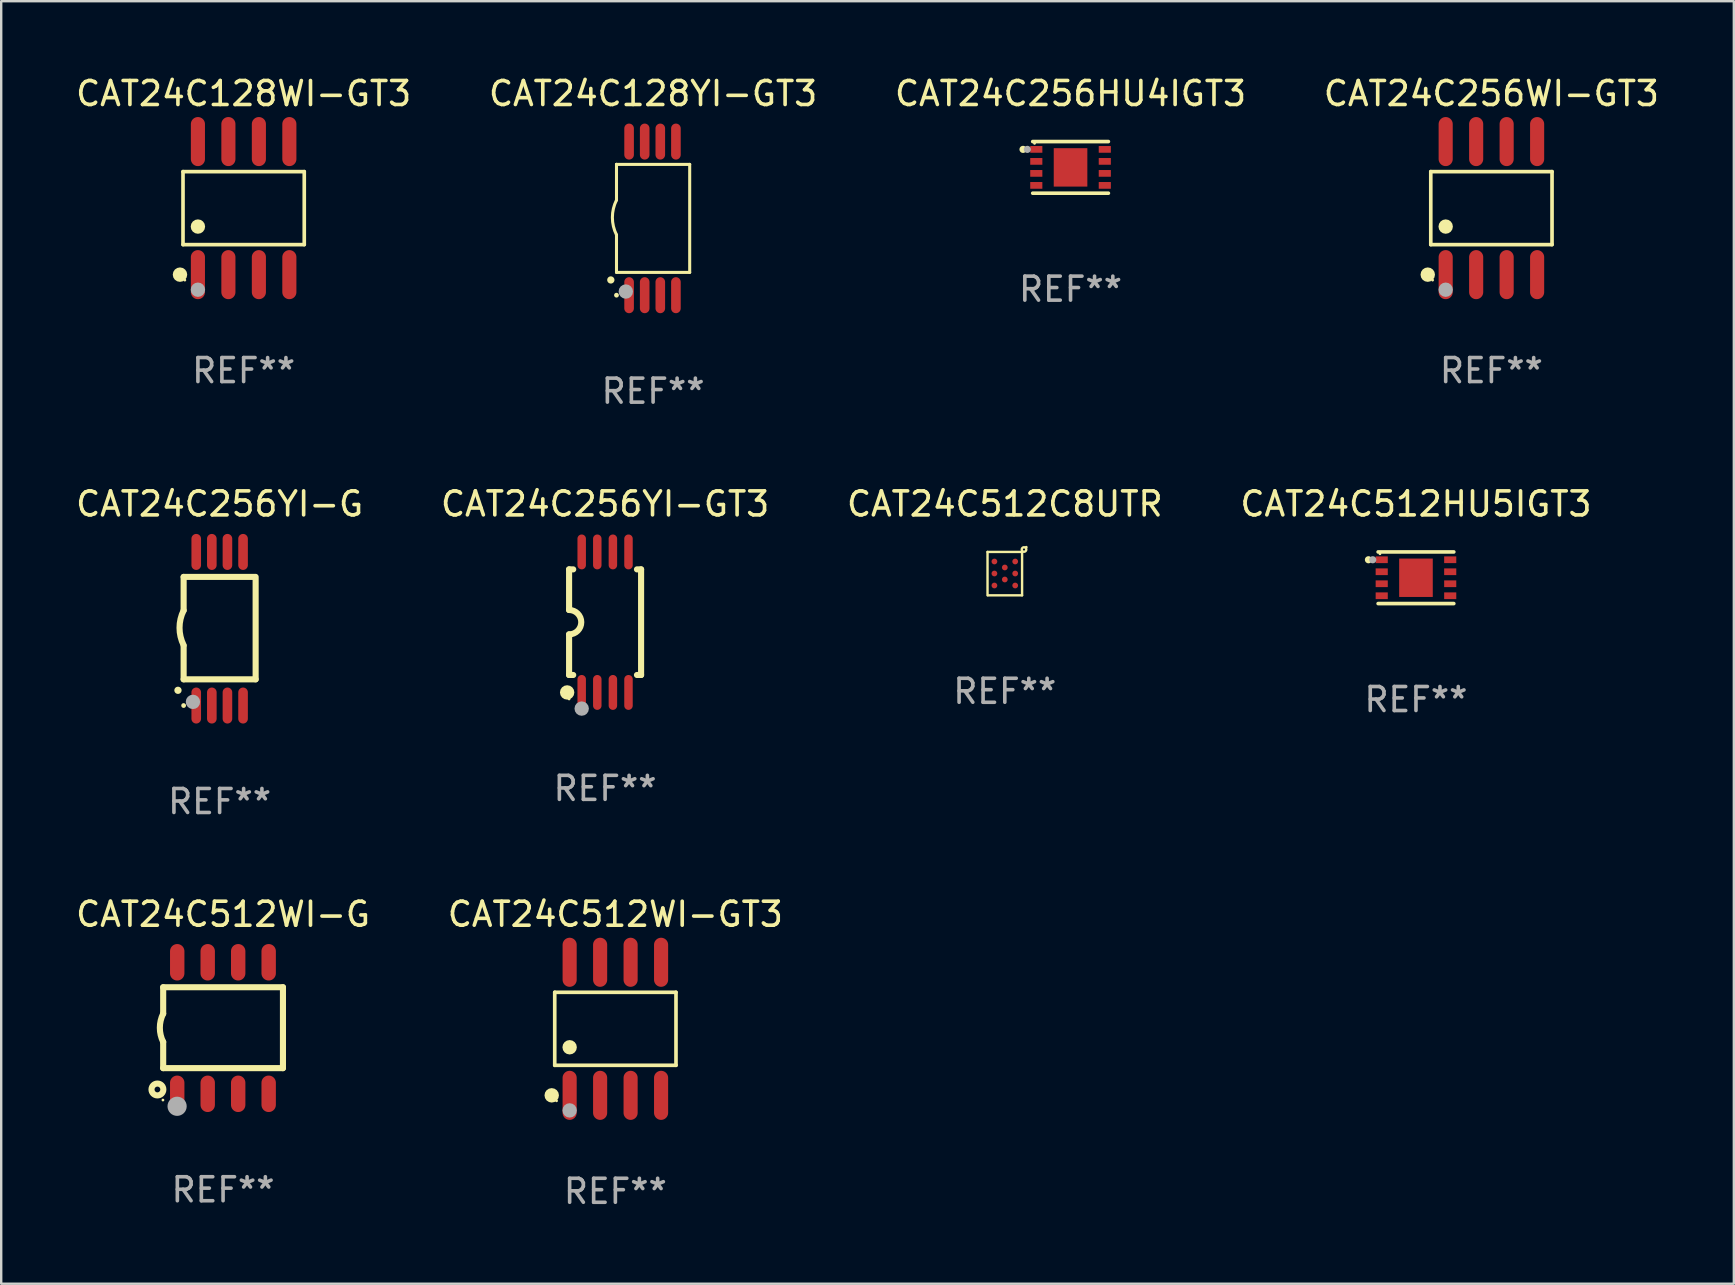
<source format=kicad_pcb>
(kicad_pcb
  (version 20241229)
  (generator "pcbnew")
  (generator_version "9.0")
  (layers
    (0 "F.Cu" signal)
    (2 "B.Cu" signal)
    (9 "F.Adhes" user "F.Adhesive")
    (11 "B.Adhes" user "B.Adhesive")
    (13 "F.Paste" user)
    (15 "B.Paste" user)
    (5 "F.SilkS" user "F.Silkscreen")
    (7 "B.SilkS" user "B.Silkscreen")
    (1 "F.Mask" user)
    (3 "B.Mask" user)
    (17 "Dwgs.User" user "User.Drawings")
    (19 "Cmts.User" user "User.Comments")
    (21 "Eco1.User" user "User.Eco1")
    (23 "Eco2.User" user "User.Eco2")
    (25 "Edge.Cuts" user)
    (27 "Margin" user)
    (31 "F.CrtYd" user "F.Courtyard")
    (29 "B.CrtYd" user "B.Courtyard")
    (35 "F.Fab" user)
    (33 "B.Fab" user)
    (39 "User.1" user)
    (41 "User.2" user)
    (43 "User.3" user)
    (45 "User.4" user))
  (footprint "CAT24C256YI-GT3"
    (layer "F.Cu")
    (at 22.161 22.873)
    (property "Reference" "CAT24C256YI-GT3" (at 0 -4.927 0) (layer "F.SilkS") (effects (font (size 1 1) (thickness 0.15))))
    (attr through_hole)
    (fp_line (start -1.5 -2.2) (end -1.5 -0.508) (stroke (width 0.254) (type solid)) (layer "F.SilkS"))
    (fp_line (start -1.5 -2.2) (end -1.328 -2.2) (stroke (width 0.254) (type solid)) (layer "F.SilkS"))
    (fp_line (start -1.5 2.2) (end -1.5 0.508) (stroke (width 0.254) (type solid)) (layer "F.SilkS"))
    (fp_line (start -1.5 2.2) (end -1.328 2.2) (stroke (width 0.254) (type solid)) (layer "F.SilkS"))
    (fp_line (start 1.328 -2.2) (end 1.5 -2.2) (stroke (width 0.254) (type solid)) (layer "F.SilkS"))
    (fp_line (start 1.328 2.2) (end 1.5 2.2) (stroke (width 0.254) (type solid)) (layer "F.SilkS"))
    (fp_line (start 1.5 -2.2) (end 1.5 2.2) (stroke (width 0.254) (type solid)) (layer "F.SilkS"))
    (fp_arc (start -1.501144 -0.508) (mid -0.993143 -0.000571) (end -1.5 0.508001) (stroke (width 0.254001) (type solid)) (layer "F.SilkS"))
    (fp_circle (center -1.581 2.927) (end -1.431 2.927) (stroke (width 0.3) (type solid)) (fill no) (layer "F.SilkS"))
    (fp_circle (center -1.5 3.2) (end -1.47 3.2) (stroke (width 0.06) (type solid)) (fill no) (layer "F.SilkS"))
    (fp_circle (center -0.975 3.6) (end -0.825 3.6) (stroke (width 0.3) (type solid)) (fill no) (layer "F.Fab"))
    (fp_text user "REF**" (at 0 6.927 0) (layer "F.Fab") (effects (font (size 1 1) (thickness 0.15))))
    (pad "1" smd oval (at -0.975 2.927) (size 0.353 1.454) (layers "F.Cu" "F.Mask" "F.Paste"))
    (pad "2" smd oval (at -0.325 2.927) (size 0.353 1.454) (layers "F.Cu" "F.Mask" "F.Paste"))
    (pad "3" smd oval (at 0.325 2.927) (size 0.353 1.454) (layers "F.Cu" "F.Mask" "F.Paste"))
    (pad "4" smd oval (at 0.975 2.927) (size 0.353 1.454) (layers "F.Cu" "F.Mask" "F.Paste"))
    (pad "5" smd oval (at 0.975 -2.927) (size 0.353 1.454) (layers "F.Cu" "F.Mask" "F.Paste"))
    (pad "6" smd oval (at 0.325 -2.927) (size 0.353 1.454) (layers "F.Cu" "F.Mask" "F.Paste"))
    (pad "7" smd oval (at -0.325 -2.927) (size 0.353 1.454) (layers "F.Cu" "F.Mask" "F.Paste"))
    (pad "8" smd oval (at -0.975 -2.927) (size 0.353 1.454) (layers "F.Cu" "F.Mask" "F.Paste")))
  (footprint "CAT24C512WI-GT3"
    (layer "F.Cu")
    (at 22.589 39.815)
    (property "Reference" "CAT24C512WI-GT3" (at 0 -4.772 0) (layer "F.SilkS") (effects (font (size 1 1) (thickness 0.15))))
    (attr through_hole)
    (fp_line (start -2.526 -1.521) (end 2.526 -1.521) (stroke (width 0.152) (type solid)) (layer "F.SilkS"))
    (fp_line (start -2.526 1.521) (end -2.526 -1.521) (stroke (width 0.152) (type solid)) (layer "F.SilkS"))
    (fp_line (start 2.526 -1.521) (end 2.526 1.521) (stroke (width 0.152) (type solid)) (layer "F.SilkS"))
    (fp_line (start 2.526 1.521) (end -2.526 1.521) (stroke (width 0.152) (type solid)) (layer "F.SilkS"))
    (fp_circle (center -2.652 2.772) (end -2.501 2.772) (stroke (width 0.3) (type solid)) (fill no) (layer "F.SilkS"))
    (fp_circle (center -2.45 3) (end -2.42 3) (stroke (width 0.06) (type solid)) (fill no) (layer "F.SilkS"))
    (fp_circle (center -1.905 0.769) (end -1.755 0.769) (stroke (width 0.3) (type solid)) (fill no) (layer "F.SilkS"))
    (fp_circle (center -1.905 3.4) (end -1.755 3.4) (stroke (width 0.3) (type solid)) (fill no) (layer "F.Fab"))
    (fp_text user "REF**" (at 0 6.772 0) (layer "F.Fab") (effects (font (size 1 1) (thickness 0.15))))
    (pad "1" smd oval (at -1.905 2.772) (size 0.588 2.045) (layers "F.Cu" "F.Mask" "F.Paste"))
    (pad "2" smd oval (at -0.635 2.772) (size 0.588 2.045) (layers "F.Cu" "F.Mask" "F.Paste"))
    (pad "3" smd oval (at 0.635 2.772) (size 0.588 2.045) (layers "F.Cu" "F.Mask" "F.Paste"))
    (pad "4" smd oval (at 1.905 2.772) (size 0.588 2.045) (layers "F.Cu" "F.Mask" "F.Paste"))
    (pad "5" smd oval (at 1.905 -2.772) (size 0.588 2.045) (layers "F.Cu" "F.Mask" "F.Paste"))
    (pad "6" smd oval (at 0.635 -2.772) (size 0.588 2.045) (layers "F.Cu" "F.Mask" "F.Paste"))
    (pad "7" smd oval (at -0.635 -2.772) (size 0.588 2.045) (layers "F.Cu" "F.Mask" "F.Paste"))
    (pad "8" smd oval (at -1.905 -2.772) (size 0.588 2.045) (layers "F.Cu" "F.Mask" "F.Paste")))
  (footprint "CAT24C128YI-GT3"
    (layer "F.Cu")
    (at 24.161 6.049)
    (property "Reference" "CAT24C128YI-GT3" (at 0 -5.2 0) (layer "F.SilkS") (effects (font (size 1 1) (thickness 0.15))))
    (attr through_hole)
    (fp_line (start -1.525 -2.25) (end 1.525 -2.25) (stroke (width 0.127) (type solid)) (layer "F.SilkS"))
    (fp_line (start -1.525 -0.762) (end -1.525 -2.25) (stroke (width 0.127) (type solid)) (layer "F.SilkS"))
    (fp_line (start -1.525 -2.25) (end -1.525 -2.25) (stroke (width 0.127) (type solid)) (layer "F.SilkS"))
    (fp_line (start -1.525 2.25) (end -1.525 0.686) (stroke (width 0.127) (type solid)) (layer "F.SilkS"))
    (fp_line (start 1.525 -2.25) (end 1.525 2.25) (stroke (width 0.127) (type solid)) (layer "F.SilkS"))
    (fp_line (start 1.525 2.25) (end -1.525 2.25) (stroke (width 0.127) (type solid)) (layer "F.SilkS"))
    (fp_arc (start -1.762357 2.56538) (mid -1.761087 2.565375) (end -1.759817 2.56538) (stroke (width 0.3) (type solid)) (layer "F.SilkS"))
    (fp_arc (start -1.525146 0.685776) (mid -1.696036 -0.038125) (end -1.525146 -0.762027) (stroke (width 0.127) (type solid)) (layer "F.SilkS"))
    (fp_circle (center -1.525 3.2) (end -1.475 3.2) (stroke (width 0.1) (type solid)) (fill no) (layer "F.SilkS"))
    (fp_circle (center -1.137 3.048) (end -0.987 3.048) (stroke (width 0.3) (type solid)) (fill no) (layer "F.Fab"))
    (fp_text user "REF**" (at 0 7.2 0) (layer "F.Fab") (effects (font (size 1 1) (thickness 0.15))))
    (pad "1" smd oval (at -1 3.2 180) (size 0.4 1.5) (layers "F.Cu" "F.Mask" "F.Paste"))
    (pad "2" smd oval (at -0.35 3.2 180) (size 0.4 1.5) (layers "F.Cu" "F.Mask" "F.Paste"))
    (pad "3" smd oval (at 0.3 3.2 180) (size 0.4 1.5) (layers "F.Cu" "F.Mask" "F.Paste"))
    (pad "4" smd oval (at 0.951 3.2 180) (size 0.4 1.5) (layers "F.Cu" "F.Mask" "F.Paste"))
    (pad "5" smd oval (at 0.951 -3.2 180) (size 0.4 1.5) (layers "F.Cu" "F.Mask" "F.Paste"))
    (pad "6" smd oval (at 0.3 -3.2 180) (size 0.4 1.5) (layers "F.Cu" "F.Mask" "F.Paste"))
    (pad "7" smd oval (at -0.35 -3.2 180) (size 0.4 1.5) (layers "F.Cu" "F.Mask" "F.Paste"))
    (pad "8" smd oval (at -1 -3.2 180) (size 0.4 1.5) (layers "F.Cu" "F.Mask" "F.Paste")))
  (footprint "CAT24C256YI-G"
    (layer "F.Cu")
    (at 6.101 23.146)
    (property "Reference" "CAT24C256YI-G" (at 0 -5.2 0) (layer "F.SilkS") (effects (font (size 1 1) (thickness 0.15))))
    (attr through_hole)
    (fp_line (start -1.5 -0.762) (end -1.5 -2.159) (stroke (width 0.254) (type solid)) (layer "F.SilkS"))
    (fp_line (start -1.5 2.108) (end -1.5 0.711) (stroke (width 0.254) (type solid)) (layer "F.SilkS"))
    (fp_line (start -1.5 2.108) (end 1.5 2.108) (stroke (width 0.254) (type solid)) (layer "F.SilkS"))
    (fp_line (start 1.463 -2.159) (end -1.5 -2.159) (stroke (width 0.254) (type solid)) (layer "F.SilkS"))
    (fp_line (start 1.5 2.108) (end 1.5 -2.159) (stroke (width 0.254) (type solid)) (layer "F.SilkS"))
    (fp_arc (start -1.737287 2.565405) (mid -1.736017 2.5654) (end -1.734747 2.565405) (stroke (width 0.3) (type solid)) (layer "F.SilkS"))
    (fp_arc (start -1.500076 0.685801) (mid -1.670966 -0.0381) (end -1.500076 -0.762002) (stroke (width 0.254001) (type solid)) (layer "F.SilkS"))
    (fp_circle (center -1.5 3.2) (end -1.45 3.2) (stroke (width 0.1) (type solid)) (fill no) (layer "F.SilkS"))
    (fp_circle (center -1.112 3.048) (end -0.962 3.048) (stroke (width 0.3) (type solid)) (fill no) (layer "F.Fab"))
    (fp_text user "REF**" (at 0 7.2 0) (layer "F.Fab") (effects (font (size 1 1) (thickness 0.15))))
    (pad "1" smd oval (at -0.975 3.2 180) (size 0.4 1.5) (layers "F.Cu" "F.Mask" "F.Paste"))
    (pad "2" smd oval (at -0.325 3.2 180) (size 0.4 1.5) (layers "F.Cu" "F.Mask" "F.Paste"))
    (pad "3" smd oval (at 0.325 3.2 180) (size 0.4 1.5) (layers "F.Cu" "F.Mask" "F.Paste"))
    (pad "4" smd oval (at 0.976 3.2 180) (size 0.4 1.5) (layers "F.Cu" "F.Mask" "F.Paste"))
    (pad "5" smd oval (at 0.976 -3.2 180) (size 0.4 1.5) (layers "F.Cu" "F.Mask" "F.Paste"))
    (pad "6" smd oval (at 0.325 -3.2 180) (size 0.4 1.5) (layers "F.Cu" "F.Mask" "F.Paste"))
    (pad "7" smd oval (at -0.325 -3.2 180) (size 0.4 1.5) (layers "F.Cu" "F.Mask" "F.Paste"))
    (pad "8" smd oval (at -0.975 -3.2 180) (size 0.4 1.5) (layers "F.Cu" "F.Mask" "F.Paste")))
  (footprint "CAT24C128WI-GT3"
    (layer "F.Cu")
    (at 7.101 5.621)
    (property "Reference" "CAT24C128WI-GT3" (at 0 -4.772 0) (layer "F.SilkS") (effects (font (size 1 1) (thickness 0.15))))
    (attr through_hole)
    (fp_line (start -2.526 -1.521) (end 2.526 -1.521) (stroke (width 0.152) (type solid)) (layer "F.SilkS"))
    (fp_line (start -2.526 1.521) (end -2.526 -1.521) (stroke (width 0.152) (type solid)) (layer "F.SilkS"))
    (fp_line (start 2.526 -1.521) (end 2.526 1.521) (stroke (width 0.152) (type solid)) (layer "F.SilkS"))
    (fp_line (start 2.526 1.521) (end -2.526 1.521) (stroke (width 0.152) (type solid)) (layer "F.SilkS"))
    (fp_circle (center -2.652 2.772) (end -2.501 2.772) (stroke (width 0.3) (type solid)) (fill no) (layer "F.SilkS"))
    (fp_circle (center -2.45 3) (end -2.42 3) (stroke (width 0.06) (type solid)) (fill no) (layer "F.SilkS"))
    (fp_circle (center -1.905 0.769) (end -1.755 0.769) (stroke (width 0.3) (type solid)) (fill no) (layer "F.SilkS"))
    (fp_circle (center -1.905 3.4) (end -1.755 3.4) (stroke (width 0.3) (type solid)) (fill no) (layer "F.Fab"))
    (fp_text user "REF**" (at 0 6.772 0) (layer "F.Fab") (effects (font (size 1 1) (thickness 0.15))))
    (pad "1" smd oval (at -1.905 2.772) (size 0.588 2.045) (layers "F.Cu" "F.Mask" "F.Paste"))
    (pad "2" smd oval (at -0.635 2.772) (size 0.588 2.045) (layers "F.Cu" "F.Mask" "F.Paste"))
    (pad "3" smd oval (at 0.635 2.772) (size 0.588 2.045) (layers "F.Cu" "F.Mask" "F.Paste"))
    (pad "4" smd oval (at 1.905 2.772) (size 0.588 2.045) (layers "F.Cu" "F.Mask" "F.Paste"))
    (pad "5" smd oval (at 1.905 -2.772) (size 0.588 2.045) (layers "F.Cu" "F.Mask" "F.Paste"))
    (pad "6" smd oval (at 0.635 -2.772) (size 0.588 2.045) (layers "F.Cu" "F.Mask" "F.Paste"))
    (pad "7" smd oval (at -0.635 -2.772) (size 0.588 2.045) (layers "F.Cu" "F.Mask" "F.Paste"))
    (pad "8" smd oval (at -1.905 -2.772) (size 0.588 2.045) (layers "F.Cu" "F.Mask" "F.Paste")))
  (footprint "CAT24C512WI-G"
    (layer "F.Cu")
    (at 6.244 39.783)
    (property "Reference" "CAT24C512WI-G" (at 0 -4.74 0) (layer "F.SilkS") (effects (font (size 1 1) (thickness 0.15))))
    (attr through_hole)
    (fp_line (start -2.495 -1.7) (end 2.495 -1.7) (stroke (width 0.254) (type solid)) (layer "F.SilkS"))
    (fp_line (start -2.495 -0.6) (end -2.495 -1.7) (stroke (width 0.254) (type solid)) (layer "F.SilkS"))
    (fp_line (start -2.495 1.671) (end -2.495 0.58) (stroke (width 0.254) (type solid)) (layer "F.SilkS"))
    (fp_line (start 2.495 -1.7) (end 2.495 1.671) (stroke (width 0.254) (type solid)) (layer "F.SilkS"))
    (fp_line (start 2.495 1.671) (end -2.495 1.671) (stroke (width 0.254) (type solid)) (layer "F.SilkS"))
    (fp_arc (start -2.495009 0.58001) (mid -2.634112 -0.009995) (end -2.495009 -0.6) (stroke (width 0.254001) (type solid)) (layer "F.SilkS"))
    (fp_circle (center -2.735 2.56) (end -2.615 2.56) (stroke (width 0.254) (type solid)) (fill no) (layer "F.SilkS"))
    (fp_circle (center -2.505 3) (end -2.475 3) (stroke (width 0.06) (type solid)) (fill no) (layer "F.SilkS"))
    (fp_circle (center -1.915 3.26) (end -1.715 3.26) (stroke (width 0.4) (type solid)) (fill no) (layer "F.Fab"))
    (fp_text user "REF**" (at 0 6.74 0) (layer "F.Fab") (effects (font (size 1 1) (thickness 0.15))))
    (pad "1" smd oval (at -1.91 2.74) (size 0.6 1.52) (layers "F.Cu" "F.Mask" "F.Paste"))
    (pad "2" smd oval (at -0.64 2.74) (size 0.6 1.52) (layers "F.Cu" "F.Mask" "F.Paste"))
    (pad "3" smd oval (at 0.63 2.74) (size 0.6 1.52) (layers "F.Cu" "F.Mask" "F.Paste"))
    (pad "4" smd oval (at 1.9 2.74) (size 0.6 1.52) (layers "F.Cu" "F.Mask" "F.Paste"))
    (pad "5" smd oval (at 1.9 -2.74) (size 0.6 1.52) (layers "F.Cu" "F.Mask" "F.Paste"))
    (pad "6" smd oval (at 0.63 -2.74) (size 0.6 1.52) (layers "F.Cu" "F.Mask" "F.Paste"))
    (pad "7" smd oval (at -0.64 -2.74) (size 0.6 1.52) (layers "F.Cu" "F.Mask" "F.Paste"))
    (pad "8" smd oval (at -1.91 -2.74) (size 0.6 1.52) (layers "F.Cu" "F.Mask" "F.Paste")))
  (footprint "CAT24C256HU4IGT3"
    (layer "F.Cu")
    (at 41.554 3.924)
    (property "Reference" "CAT24C256HU4IGT3" (at 0 -3.076 0) (layer "F.SilkS") (effects (font (size 1 1) (thickness 0.15))))
    (attr through_hole)
    (fp_line (start -1.576 -1.076) (end 1.576 -1.076) (stroke (width 0.152) (type solid)) (layer "F.SilkS"))
    (fp_line (start -1.576 1.076) (end 1.576 1.076) (stroke (width 0.152) (type solid)) (layer "F.SilkS"))
    (fp_circle (center -1.98 -0.75) (end -1.905 -0.75) (stroke (width 0.15) (type solid)) (fill no) (layer "F.SilkS"))
    (fp_circle (center -1.5 -1) (end -1.47 -1) (stroke (width 0.06) (type solid)) (fill no) (layer "F.SilkS"))
    (fp_circle (center -1.8 -0.75) (end -1.725 -0.75) (stroke (width 0.15) (type solid)) (fill no) (layer "F.Fab"))
    (fp_text user "REF**" (at 0 5.076 0) (layer "F.Fab") (effects (font (size 1 1) (thickness 0.15))))
    (pad "1" smd rect (at -1.427 -0.75) (size 0.505 0.28) (layers "F.Cu" "F.Mask" "F.Paste"))
    (pad "2" smd rect (at -1.427 -0.25) (size 0.505 0.28) (layers "F.Cu" "F.Mask" "F.Paste"))
    (pad "3" smd rect (at -1.427 0.25) (size 0.505 0.28) (layers "F.Cu" "F.Mask" "F.Paste"))
    (pad "4" smd rect (at -1.427 0.75) (size 0.505 0.28) (layers "F.Cu" "F.Mask" "F.Paste"))
    (pad "5" smd rect (at 1.427 0.75) (size 0.505 0.28) (layers "F.Cu" "F.Mask" "F.Paste"))
    (pad "6" smd rect (at 1.427 0.25) (size 0.505 0.28) (layers "F.Cu" "F.Mask" "F.Paste"))
    (pad "7" smd rect (at 1.427 -0.25) (size 0.505 0.28) (layers "F.Cu" "F.Mask" "F.Paste"))
    (pad "8" smd rect (at 1.427 -0.75) (size 0.505 0.28) (layers "F.Cu" "F.Mask" "F.Paste"))
    (pad "9" smd rect (at 0 0) (size 1.4 1.6) (layers "F.Cu" "F.Mask" "F.Paste")))
  (footprint "CAT24C256WI-GT3"
    (layer "F.Cu")
    (at 59.089 5.621)
    (property "Reference" "CAT24C256WI-GT3" (at 0 -4.772 0) (layer "F.SilkS") (effects (font (size 1 1) (thickness 0.15))))
    (attr through_hole)
    (fp_line (start -2.526 -1.521) (end 2.526 -1.521) (stroke (width 0.152) (type solid)) (layer "F.SilkS"))
    (fp_line (start -2.526 1.521) (end -2.526 -1.521) (stroke (width 0.152) (type solid)) (layer "F.SilkS"))
    (fp_line (start 2.526 -1.521) (end 2.526 1.521) (stroke (width 0.152) (type solid)) (layer "F.SilkS"))
    (fp_line (start 2.526 1.521) (end -2.526 1.521) (stroke (width 0.152) (type solid)) (layer "F.SilkS"))
    (fp_circle (center -2.652 2.772) (end -2.501 2.772) (stroke (width 0.3) (type solid)) (fill no) (layer "F.SilkS"))
    (fp_circle (center -2.45 3) (end -2.42 3) (stroke (width 0.06) (type solid)) (fill no) (layer "F.SilkS"))
    (fp_circle (center -1.905 0.769) (end -1.755 0.769) (stroke (width 0.3) (type solid)) (fill no) (layer "F.SilkS"))
    (fp_circle (center -1.905 3.4) (end -1.755 3.4) (stroke (width 0.3) (type solid)) (fill no) (layer "F.Fab"))
    (fp_text user "REF**" (at 0 6.772 0) (layer "F.Fab") (effects (font (size 1 1) (thickness 0.15))))
    (pad "1" smd oval (at -1.905 2.772) (size 0.588 2.045) (layers "F.Cu" "F.Mask" "F.Paste"))
    (pad "2" smd oval (at -0.635 2.772) (size 0.588 2.045) (layers "F.Cu" "F.Mask" "F.Paste"))
    (pad "3" smd oval (at 0.635 2.772) (size 0.588 2.045) (layers "F.Cu" "F.Mask" "F.Paste"))
    (pad "4" smd oval (at 1.905 2.772) (size 0.588 2.045) (layers "F.Cu" "F.Mask" "F.Paste"))
    (pad "5" smd oval (at 1.905 -2.772) (size 0.588 2.045) (layers "F.Cu" "F.Mask" "F.Paste"))
    (pad "6" smd oval (at 0.635 -2.772) (size 0.588 2.045) (layers "F.Cu" "F.Mask" "F.Paste"))
    (pad "7" smd oval (at -0.635 -2.772) (size 0.588 2.045) (layers "F.Cu" "F.Mask" "F.Paste"))
    (pad "8" smd oval (at -1.905 -2.772) (size 0.588 2.045) (layers "F.Cu" "F.Mask" "F.Paste")))
  (footprint "CAT24C512HU5IGT3"
    (layer "F.Cu")
    (at 55.946 21.022)
    (property "Reference" "CAT24C512HU5IGT3" (at 0 -3.076 0) (layer "F.SilkS") (effects (font (size 1 1) (thickness 0.15))))
    (attr through_hole)
    (fp_line (start -1.576 -1.076) (end 1.576 -1.076) (stroke (width 0.152) (type solid)) (layer "F.SilkS"))
    (fp_line (start -1.576 1.076) (end 1.576 1.076) (stroke (width 0.152) (type solid)) (layer "F.SilkS"))
    (fp_circle (center -1.98 -0.75) (end -1.905 -0.75) (stroke (width 0.15) (type solid)) (fill no) (layer "F.SilkS"))
    (fp_circle (center -1.5 -1) (end -1.47 -1) (stroke (width 0.06) (type solid)) (fill no) (layer "F.SilkS"))
    (fp_circle (center -1.8 -0.75) (end -1.725 -0.75) (stroke (width 0.15) (type solid)) (fill no) (layer "F.Fab"))
    (fp_text user "REF**" (at 0 5.076 0) (layer "F.Fab") (effects (font (size 1 1) (thickness 0.15))))
    (pad "1" smd rect (at -1.427 -0.75) (size 0.505 0.28) (layers "F.Cu" "F.Mask" "F.Paste"))
    (pad "2" smd rect (at -1.427 -0.25) (size 0.505 0.28) (layers "F.Cu" "F.Mask" "F.Paste"))
    (pad "3" smd rect (at -1.427 0.25) (size 0.505 0.28) (layers "F.Cu" "F.Mask" "F.Paste"))
    (pad "4" smd rect (at -1.427 0.75) (size 0.505 0.28) (layers "F.Cu" "F.Mask" "F.Paste"))
    (pad "5" smd rect (at 1.427 0.75) (size 0.505 0.28) (layers "F.Cu" "F.Mask" "F.Paste"))
    (pad "6" smd rect (at 1.427 0.25) (size 0.505 0.28) (layers "F.Cu" "F.Mask" "F.Paste"))
    (pad "7" smd rect (at 1.427 -0.25) (size 0.505 0.28) (layers "F.Cu" "F.Mask" "F.Paste"))
    (pad "8" smd rect (at 1.427 -0.75) (size 0.505 0.28) (layers "F.Cu" "F.Mask" "F.Paste"))
    (pad "9" smd rect (at 0 0) (size 1.4 1.6) (layers "F.Cu" "F.Mask" "F.Paste")))
  (footprint "CAT24C512C8UTR"
    (layer "F.Cu")
    (at 38.815 20.85)
    (property "Reference" "CAT24C512C8UTR" (at 0 -2.904 0) (layer "F.SilkS") (effects (font (size 1 1) (thickness 0.15))))
    (attr through_hole)
    (fp_line (start -0.72 -0.904) (end -0.72 0.904) (stroke (width 0.1) (type solid)) (layer "F.SilkS"))
    (fp_line (start -0.7 0.904) (end 0.72 0.904) (stroke (width 0.1) (type solid)) (layer "F.SilkS"))
    (fp_line (start 0.72 -0.904) (end -0.72 -0.904) (stroke (width 0.1) (type solid)) (layer "F.SilkS"))
    (fp_line (start 0.72 0.904) (end 0.72 -0.904) (stroke (width 0.1) (type solid)) (layer "F.SilkS"))
    (fp_circle (center 0.8 -1.005) (end 0.845 -1.005) (stroke (width 0.1) (type solid)) (fill no) (layer "F.SilkS"))
    (fp_circle (center 0.895 -1.1) (end 0.925 -1.1) (stroke (width 0.06) (type solid)) (fill no) (layer "F.SilkS"))
    (fp_text user "REF**" (at 0 4.904 0) (layer "F.Fab") (effects (font (size 1 1) (thickness 0.15))))
    (pad "A1" smd circle (at 0.433 -0.505) (size 0.24 0.24) (layers "F.Cu" "F.Mask" "F.Paste"))
    (pad "A3" smd circle (at -0.433 -0.505) (size 0.24 0.24) (layers "F.Cu" "F.Mask" "F.Paste"))
    (pad "B2" smd circle (at -0.000089 -0.256) (size 0.24 0.24) (layers "F.Cu" "F.Mask" "F.Paste"))
    (pad "C1" smd circle (at 0.433 -0.005) (size 0.24 0.24) (layers "F.Cu" "F.Mask" "F.Paste"))
    (pad "C3" smd circle (at -0.433 -0.005) (size 0.24 0.24) (layers "F.Cu" "F.Mask" "F.Paste"))
    (pad "D2" smd circle (at -0.000089 0.245) (size 0.24 0.24) (layers "F.Cu" "F.Mask" "F.Paste"))
    (pad "E1" smd circle (at 0.433 0.495) (size 0.24 0.24) (layers "F.Cu" "F.Mask" "F.Paste"))
    (pad "E3" smd circle (at -0.433 0.495) (size 0.24 0.24) (layers "F.Cu" "F.Mask" "F.Paste")))
  (gr_rect
    (start -3 -3)
    (end 69.19 50.436)
    (stroke (width 0.1) (type default))
    (fill no)
    (layer "Edge.Cuts")))
</source>
